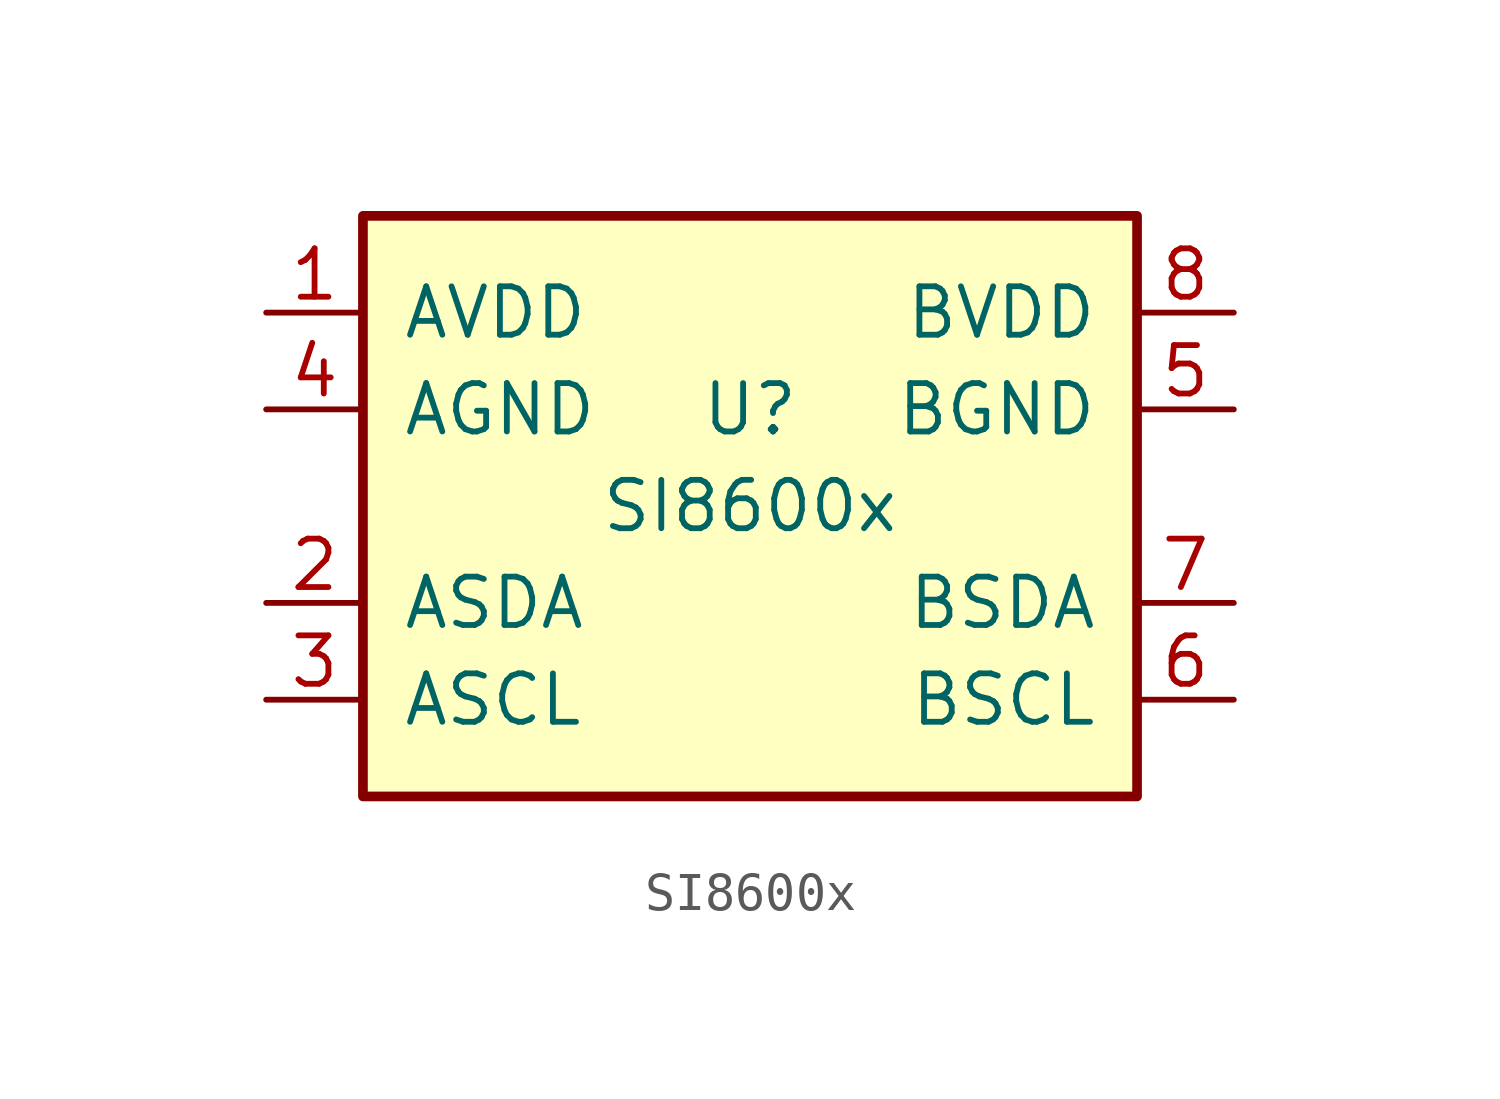
<source format=kicad_sym>
(kicad_symbol_lib
  (version 20220914)
  (generator kicad_symbol_editor)
  (symbol "SI8600x"
    (pin_names
      (offset 1.016))
    (property "Reference" "U"
      (at 0 2.54 0)
      (effects (font (size 1.27 1.27))))
    (property "Value" "SI8600x"
      (at 0 0 0)
      (effects (font (size 1.27 1.27))))
    (symbol "SI8600x_0_0"
      (pin power_in line (at -12.7 5.08 0) (length 2.54) (name "AVDD" (effects (font (size 1.27 1.27)))) (number "1" (effects (font (size 1.27 1.27)))))
      (pin bidirectional line (at -12.7 -2.54 0) (length 2.54) (name "ASDA" (effects (font (size 1.27 1.27)))) (number "2" (effects (font (size 1.27 1.27)))))
      (pin bidirectional line (at -12.7 -5.08 0) (length 2.54) (name "ASCL" (effects (font (size 1.27 1.27)))) (number "3" (effects (font (size 1.27 1.27)))))
      (pin power_in line (at -12.7 2.54 0) (length 2.54) (name "AGND" (effects (font (size 1.27 1.27)))) (number "4" (effects (font (size 1.27 1.27)))))
      (pin power_in line (at 12.7 2.54 180) (length 2.54) (name "BGND" (effects (font (size 1.27 1.27)))) (number "5" (effects (font (size 1.27 1.27)))))
      (pin bidirectional line (at 12.7 -5.08 180) (length 2.54) (name "BSCL" (effects (font (size 1.27 1.27)))) (number "6" (effects (font (size 1.27 1.27)))))
      (pin bidirectional line (at 12.7 -2.54 180) (length 2.54) (name "BSDA" (effects (font (size 1.27 1.27)))) (number "7" (effects (font (size 1.27 1.27)))))
      (pin power_in line (at 12.7 5.08 180) (length 2.54) (name "BVDD" (effects (font (size 1.27 1.27)))) (number "8" (effects (font (size 1.27 1.27))))))
    (symbol "SI8600x_0_1"
      (rectangle (start -10.16 7.62) (end 10.16 -7.62) (stroke (width 0.254) (type solid)) (fill (type background))))))
</source>
